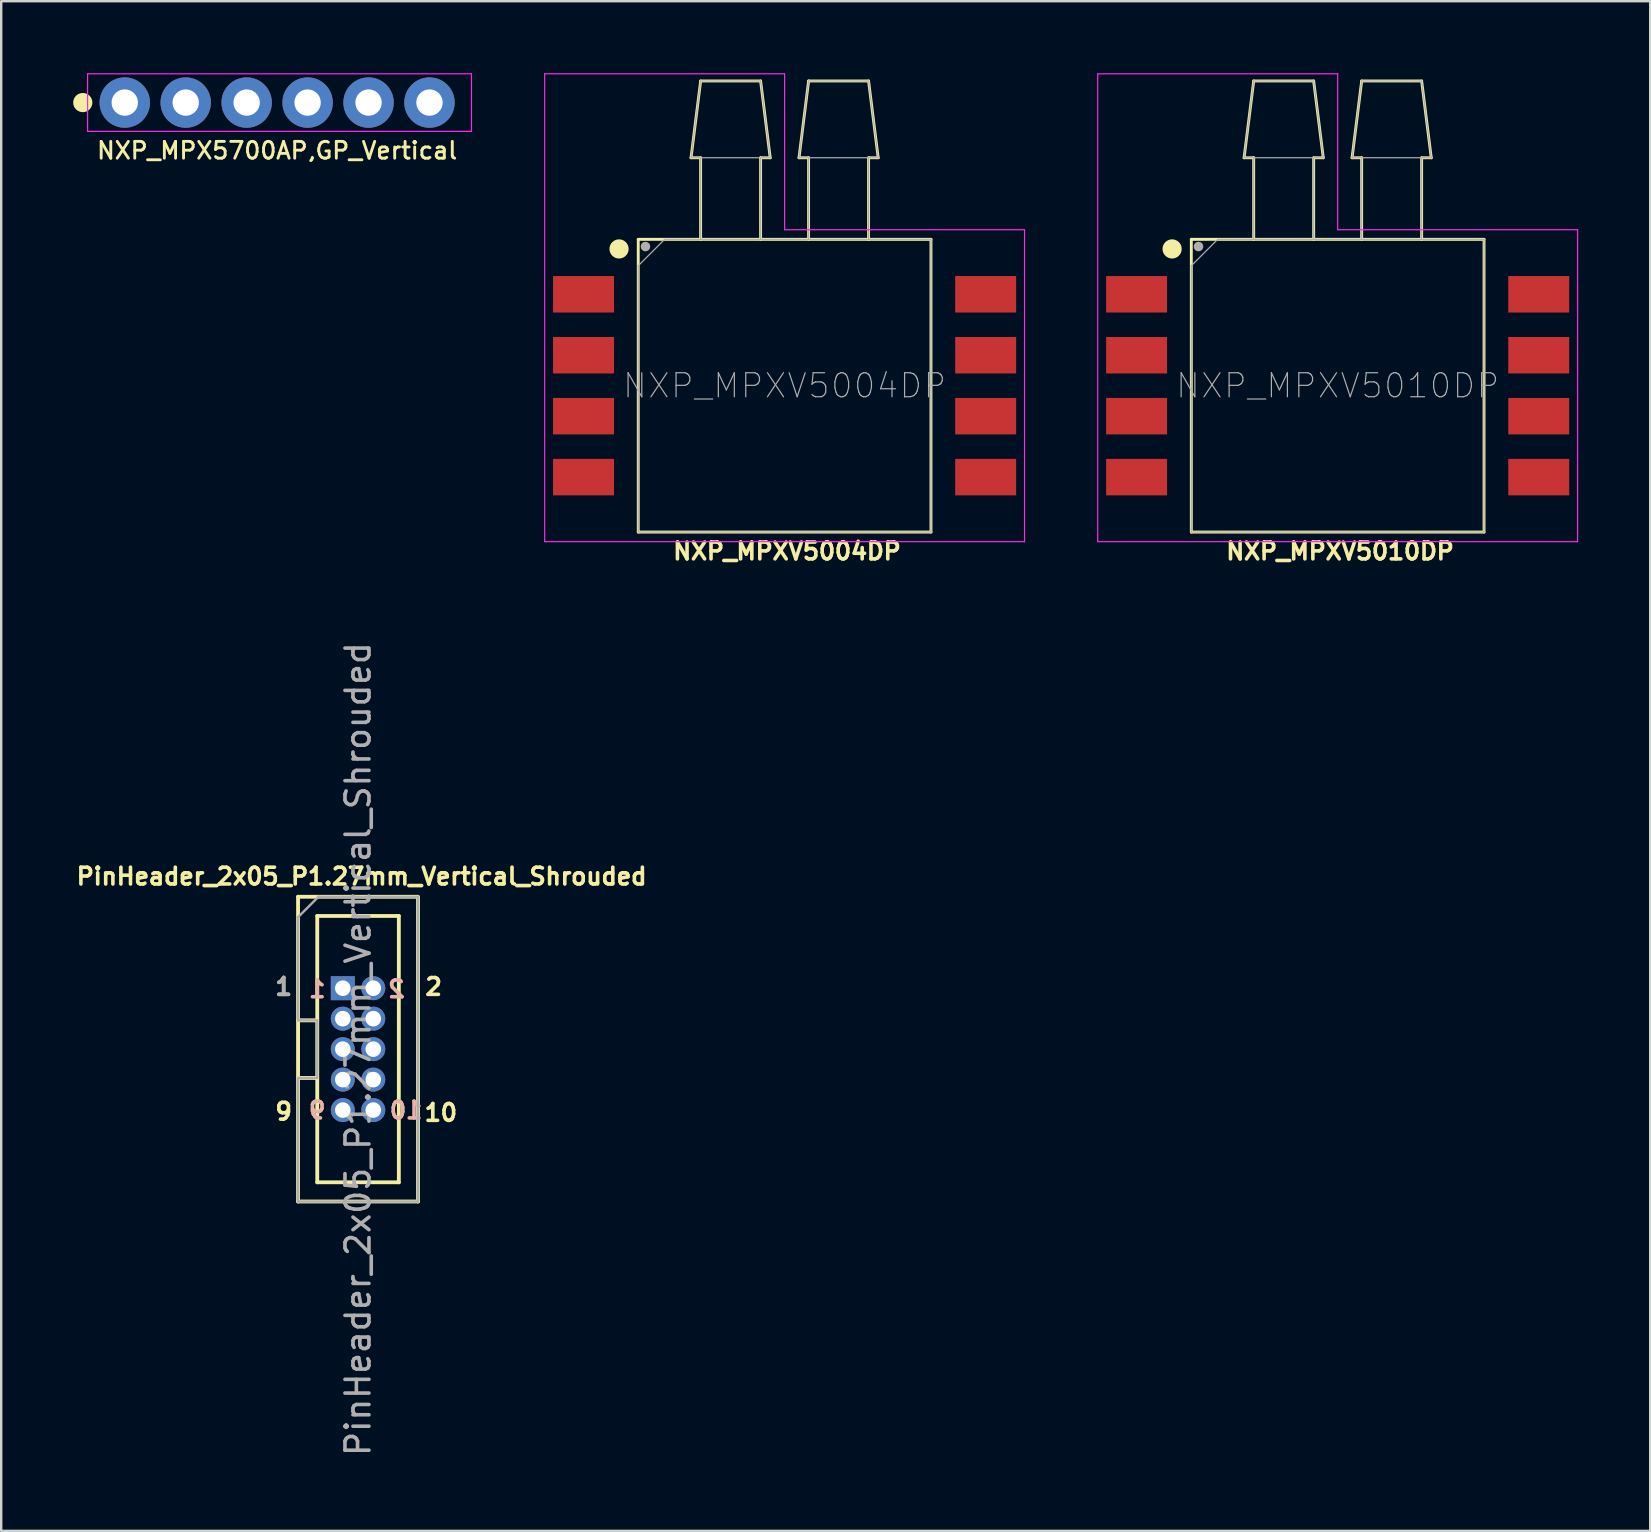
<source format=kicad_pcb>
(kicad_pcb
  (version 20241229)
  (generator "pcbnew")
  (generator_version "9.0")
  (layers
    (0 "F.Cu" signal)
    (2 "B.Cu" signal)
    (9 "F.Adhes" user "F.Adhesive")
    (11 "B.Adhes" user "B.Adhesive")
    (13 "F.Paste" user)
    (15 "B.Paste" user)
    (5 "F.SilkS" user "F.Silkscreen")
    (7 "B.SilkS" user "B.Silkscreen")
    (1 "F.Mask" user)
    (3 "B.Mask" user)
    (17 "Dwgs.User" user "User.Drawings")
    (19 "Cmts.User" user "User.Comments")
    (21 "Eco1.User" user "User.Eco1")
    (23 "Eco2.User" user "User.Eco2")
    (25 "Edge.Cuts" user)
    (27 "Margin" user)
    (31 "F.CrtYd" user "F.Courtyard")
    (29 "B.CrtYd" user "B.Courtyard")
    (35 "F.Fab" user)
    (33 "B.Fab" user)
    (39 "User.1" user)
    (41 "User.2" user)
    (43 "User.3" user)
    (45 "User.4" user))
  (footprint "PinHeader_2x05_P1.27mm_Vertical_Shrouded"
    (layer "F.Cu")
    (at 11.872 40.675)
    (property "Reference" "PinHeader_2x05_P1.27mm_Vertical_Shrouded" (at 0.15 -7.2 0) (layer "F.SilkS") (effects (font (size 0.7 0.7) (thickness 0.15))))
    (attr through_hole)
    (fp_line (start -2.5 -6.35) (end 2.5 -6.35) (stroke (width 0.16) (type solid)) (layer "F.SilkS"))
    (fp_line (start -2.5 -1.2) (end -1.7 -1.2) (stroke (width 0.16) (type solid)) (layer "F.SilkS"))
    (fp_line (start -2.5 1.2) (end -1.7 1.2) (stroke (width 0.16) (type solid)) (layer "F.SilkS"))
    (fp_line (start -2.5 6.35) (end -2.5 -6.35) (stroke (width 0.16) (type solid)) (layer "F.SilkS"))
    (fp_line (start -1.7 -5.55) (end 1.7 -5.55) (stroke (width 0.16) (type solid)) (layer "F.SilkS"))
    (fp_line (start -1.7 5.55) (end -1.7 -5.55) (stroke (width 0.16) (type solid)) (layer "F.SilkS"))
    (fp_line (start 1.7 -5.55) (end 1.7 5.55) (stroke (width 0.16) (type solid)) (layer "F.SilkS"))
    (fp_line (start 1.7 5.55) (end -1.7 5.55) (stroke (width 0.16) (type solid)) (layer "F.SilkS"))
    (fp_line (start 2.5 -6.3) (end 2.5 6.35) (stroke (width 0.16) (type solid)) (layer "F.SilkS"))
    (fp_line (start 2.5 6.35) (end -2.5 6.35) (stroke (width 0.16) (type solid)) (layer "F.SilkS"))
    (fp_line (start -2.5 -5.5) (end -1.647 -6.353) (stroke (width 0.1) (type solid)) (layer "F.Fab"))
    (fp_line (start -2.5 -1.2) (end -2.5 -5.5) (stroke (width 0.1) (type solid)) (layer "F.Fab"))
    (fp_line (start -2.5 1.2) (end -1.7 1.2) (stroke (width 0.1) (type solid)) (layer "F.Fab"))
    (fp_line (start -2.5 6.35) (end -2.5 1.2) (stroke (width 0.1) (type solid)) (layer "F.Fab"))
    (fp_line (start -1.7 -1.2) (end -2.5 -1.2) (stroke (width 0.1) (type solid)) (layer "F.Fab"))
    (fp_line (start -1.7 1.2) (end -1.7 -1.2) (stroke (width 0.1) (type solid)) (layer "F.Fab"))
    (fp_line (start -1.65 -6.35) (end 2.5 -6.35) (stroke (width 0.1) (type solid)) (layer "F.Fab"))
    (fp_line (start 2.5 -6.35) (end 2.5 6.35) (stroke (width 0.1) (type solid)) (layer "F.Fab"))
    (fp_line (start 2.5 6.35) (end -2.5 6.35) (stroke (width 0.1) (type solid)) (layer "F.Fab"))
    (fp_text user "9" (at -3.1 2.6 0) (layer "F.SilkS") (effects (font (size 0.7 0.7) (thickness 0.15))))
    (fp_text user "10" (at 3.45 2.65 0) (layer "F.SilkS") (effects (font (size 0.7 0.7) (thickness 0.15))))
    (fp_text user "2" (at 3.15 -2.6 0) (layer "F.SilkS") (effects (font (size 0.7 0.7) (thickness 0.15))))
    (fp_text user "1" (at -3.1 -2.6 0) (layer "F.SilkS") (effects (font (size 0.7 0.7) (thickness 0.15))))
    (fp_text user "1" (at -1.7 -2.5 0) (layer "B.SilkS") (effects (font (size 0.7 0.7) (thickness 0.15)) (justify mirror)))
    (fp_text user "2" (at 1.6 -2.5 0) (layer "B.SilkS") (effects (font (size 0.7 0.7) (thickness 0.15)) (justify mirror)))
    (fp_text user "10" (at 2 2.55 0) (layer "B.SilkS") (effects (font (size 0.7 0.7) (thickness 0.15)) (justify mirror)))
    (fp_text user "9" (at -1.7 2.55 0) (layer "B.SilkS") (effects (font (size 0.7 0.7) (thickness 0.15)) (justify mirror)))
    (fp_text user "${REFERENCE}" (at 0 0 90) (layer "F.Fab") (effects (font (size 1 1) (thickness 0.15))))
    (fp_text user "1" (at -3.1 -2.6 0) (layer "F.Fab") (effects (font (size 0.7 0.7) (thickness 0.15))))
    (pad "1" thru_hole rect (at -0.635 -2.54) (size 1 1) (drill 0.65) (layers "*.Cu" "*.Mask"))
    (pad "2" thru_hole oval (at 0.635 -2.54) (size 1 1) (drill 0.65) (layers "*.Cu" "*.Mask"))
    (pad "3" thru_hole oval (at -0.635 -1.27) (size 1 1) (drill 0.65) (layers "*.Cu" "*.Mask"))
    (pad "4" thru_hole oval (at 0.635 -1.27) (size 1 1) (drill 0.65) (layers "*.Cu" "*.Mask"))
    (pad "5" thru_hole oval (at -0.635 0) (size 1 1) (drill 0.65) (layers "*.Cu" "*.Mask"))
    (pad "6" thru_hole oval (at 0.635 0) (size 1 1) (drill 0.65) (layers "*.Cu" "*.Mask"))
    (pad "7" thru_hole oval (at -0.635 1.27) (size 1 1) (drill 0.65) (layers "*.Cu" "*.Mask"))
    (pad "8" thru_hole oval (at 0.635 1.27) (size 1 1) (drill 0.65) (layers "*.Cu" "*.Mask"))
    (pad "9" thru_hole oval (at -0.635 2.54) (size 1 1) (drill 0.65) (layers "*.Cu" "*.Mask"))
    (pad "10" thru_hole oval (at 0.635 2.54) (size 1 1) (drill 0.65) (layers "*.Cu" "*.Mask")))
  (footprint "NXP_MPX5700AP,GP_Vertical"
    (layer "F.Cu")
    (at 8.5 1.225)
    (property "Reference" "NXP_MPX5700AP,GP_Vertical" (at 0 2 0) (layer "F.SilkS") (effects (font (size 0.7 0.7) (thickness 0.12))))
    (attr through_hole)
    (fp_circle (center -8.1 0) (end -7.9 0) (stroke (width 0.4) (type solid)) (fill no) (layer "F.SilkS"))
    (fp_line (start -7.9 -1.2) (end 8.1 -1.2) (stroke (width 0.05) (type solid)) (layer "F.CrtYd"))
    (fp_line (start -7.9 1.2) (end -7.9 -1.2) (stroke (width 0.05) (type solid)) (layer "F.CrtYd"))
    (fp_line (start -7.9 1.2) (end 7.6 1.2) (stroke (width 0.05) (type solid)) (layer "F.CrtYd"))
    (fp_line (start 7.6 1.2) (end 8.1 1.2) (stroke (width 0.05) (type solid)) (layer "F.CrtYd"))
    (fp_line (start 8.1 1.2) (end 8.1 -1.2) (stroke (width 0.05) (type solid)) (layer "F.CrtYd"))
    (pad "1" thru_hole circle (at -6.35 0) (size 2.1 2.1) (drill 1.1) (layers "*.Cu" "*.Mask"))
    (pad "2" thru_hole circle (at -3.81 0) (size 2.1 2.1) (drill 1.1) (layers "*.Cu" "*.Mask"))
    (pad "3" thru_hole circle (at -1.27 0) (size 2.1 2.1) (drill 1.1) (layers "*.Cu" "*.Mask"))
    (pad "4" thru_hole circle (at 1.27 0) (size 2.1 2.1) (drill 1.1) (layers "*.Cu" "*.Mask"))
    (pad "5" thru_hole circle (at 3.81 0) (size 2.1 2.1) (drill 1.1) (layers "*.Cu" "*.Mask"))
    (pad "6" thru_hole circle (at 6.35 0) (size 2.1 2.1) (drill 1.1) (layers "*.Cu" "*.Mask")))
  (footprint "NXP_MPXV5004DP"
    (layer "F.Cu")
    (at 29.65 13.025)
    (property "Reference" "NXP_MPXV5004DP" (at 0.1 6.9 0) (layer "F.SilkS") (effects (font (size 0.7 0.7) (thickness 0.15))))
    (attr smd)
    (fp_line (start -6.1 -6.1) (end -6.1 6.1) (stroke (width 0.12) (type solid)) (layer "F.SilkS"))
    (fp_line (start -6.1 6.1) (end 6.1 6.1) (stroke (width 0.12) (type solid)) (layer "F.SilkS"))
    (fp_line (start -3.9 -9.5) (end -3.5 -12.7) (stroke (width 0.12) (type solid)) (layer "F.SilkS"))
    (fp_line (start -3.5 -12.7) (end -1 -12.7) (stroke (width 0.12) (type solid)) (layer "F.SilkS"))
    (fp_line (start -3.5 -9.5) (end -3.9 -9.5) (stroke (width 0.12) (type solid)) (layer "F.SilkS"))
    (fp_line (start -3.5 -6.1) (end -3.5 -9.5) (stroke (width 0.12) (type solid)) (layer "F.SilkS"))
    (fp_line (start -1 -12.7) (end -0.6 -9.5) (stroke (width 0.12) (type solid)) (layer "F.SilkS"))
    (fp_line (start -1 -9.5) (end -1 -6.1) (stroke (width 0.12) (type solid)) (layer "F.SilkS"))
    (fp_line (start -0.6 -9.5) (end -1 -9.5) (stroke (width 0.12) (type solid)) (layer "F.SilkS"))
    (fp_line (start 0.6 -9.5) (end 1 -12.7) (stroke (width 0.12) (type solid)) (layer "F.SilkS"))
    (fp_line (start 1 -12.7) (end 3.5 -12.7) (stroke (width 0.12) (type solid)) (layer "F.SilkS"))
    (fp_line (start 1 -9.5) (end 0.6 -9.5) (stroke (width 0.12) (type solid)) (layer "F.SilkS"))
    (fp_line (start 1 -6.1) (end 1 -9.5) (stroke (width 0.12) (type solid)) (layer "F.SilkS"))
    (fp_line (start 3.5 -12.7) (end 3.9 -9.5) (stroke (width 0.12) (type solid)) (layer "F.SilkS"))
    (fp_line (start 3.5 -9.5) (end 3.5 -6.1) (stroke (width 0.12) (type solid)) (layer "F.SilkS"))
    (fp_line (start 3.9 -9.5) (end 3.5 -9.5) (stroke (width 0.12) (type solid)) (layer "F.SilkS"))
    (fp_line (start 6.1 -6.1) (end -6.1 -6.1) (stroke (width 0.12) (type solid)) (layer "F.SilkS"))
    (fp_line (start 6.1 6.1) (end 6.1 -6.1) (stroke (width 0.12) (type solid)) (layer "F.SilkS"))
    (fp_circle (center -6.9 -5.7) (end -6.7 -5.7) (stroke (width 0.4) (type solid)) (fill no) (layer "F.SilkS"))
    (fp_line (start -10 -13) (end 0 -13) (stroke (width 0.05) (type solid)) (layer "F.CrtYd"))
    (fp_line (start -10 6.5) (end -10 -13) (stroke (width 0.05) (type solid)) (layer "F.CrtYd"))
    (fp_line (start 0 -13) (end 0 -6.5) (stroke (width 0.05) (type solid)) (layer "F.CrtYd"))
    (fp_line (start 0 -6.5) (end 10 -6.5) (stroke (width 0.05) (type solid)) (layer "F.CrtYd"))
    (fp_line (start 10 -6.5) (end 10 6.5) (stroke (width 0.05) (type solid)) (layer "F.CrtYd"))
    (fp_line (start 10 6.5) (end -10 6.5) (stroke (width 0.05) (type solid)) (layer "F.CrtYd"))
    (fp_line (start -6.1 -5) (end -6.1 6.1) (stroke (width 0.05) (type solid)) (layer "F.Fab"))
    (fp_line (start -6.1 -5) (end -5 -6.1) (stroke (width 0.05) (type solid)) (layer "F.Fab"))
    (fp_line (start -6.1 6.1) (end 6.1 6.1) (stroke (width 0.05) (type solid)) (layer "F.Fab"))
    (fp_line (start -3.9 -9.5) (end -0.6 -9.5) (stroke (width 0.05) (type solid)) (layer "F.Fab"))
    (fp_line (start -3.5 -12.7) (end -3.9 -9.5) (stroke (width 0.05) (type solid)) (layer "F.Fab"))
    (fp_line (start -3.5 -6.1) (end -3.5 -9.5) (stroke (width 0.05) (type solid)) (layer "F.Fab"))
    (fp_line (start -1 -12.7) (end -3.5 -12.7) (stroke (width 0.05) (type solid)) (layer "F.Fab"))
    (fp_line (start -1 -6.1) (end -1 -9.5) (stroke (width 0.05) (type solid)) (layer "F.Fab"))
    (fp_line (start -0.6 -9.5) (end -1 -12.7) (stroke (width 0.05) (type solid)) (layer "F.Fab"))
    (fp_line (start 0.6 -9.5) (end 3.9 -9.5) (stroke (width 0.05) (type solid)) (layer "F.Fab"))
    (fp_line (start 1 -12.7) (end 0.6 -9.5) (stroke (width 0.05) (type solid)) (layer "F.Fab"))
    (fp_line (start 1 -12.7) (end 3.5 -12.7) (stroke (width 0.05) (type solid)) (layer "F.Fab"))
    (fp_line (start 1 -6.1) (end 1 -9.5) (stroke (width 0.05) (type solid)) (layer "F.Fab"))
    (fp_line (start 3.5 -6.1) (end 3.5 -9.5) (stroke (width 0.05) (type solid)) (layer "F.Fab"))
    (fp_line (start 3.9 -9.5) (end 3.5 -12.7) (stroke (width 0.05) (type solid)) (layer "F.Fab"))
    (fp_line (start 6.1 -6.1) (end -5 -6.1) (stroke (width 0.05) (type solid)) (layer "F.Fab"))
    (fp_line (start 6.1 6.1) (end 6.1 -6.1) (stroke (width 0.05) (type solid)) (layer "F.Fab"))
    (fp_circle (center -5.8 -5.8) (end -5.7 -5.8) (stroke (width 0.2) (type solid)) (fill no) (layer "F.Fab"))
    (fp_text user "${REFERENCE}" (at 0 0 0) (layer "F.Fab") (effects (font (size 1 1) (thickness 0.05))))
    (pad "1" smd rect (at -8.38 -3.81) (size 2.54 1.52) (layers "F.Cu" "F.Mask" "F.Paste"))
    (pad "2" smd rect (at -8.38 -1.27) (size 2.54 1.52) (layers "F.Cu" "F.Mask" "F.Paste"))
    (pad "3" smd rect (at -8.38 1.27) (size 2.54 1.52) (layers "F.Cu" "F.Mask" "F.Paste"))
    (pad "4" smd rect (at -8.38 3.81) (size 2.54 1.52) (layers "F.Cu" "F.Mask" "F.Paste"))
    (pad "5" smd rect (at 8.38 3.81) (size 2.54 1.52) (layers "F.Cu" "F.Mask" "F.Paste"))
    (pad "6" smd rect (at 8.38 1.27) (size 2.54 1.52) (layers "F.Cu" "F.Mask" "F.Paste"))
    (pad "7" smd rect (at 8.38 -1.27) (size 2.54 1.52) (layers "F.Cu" "F.Mask" "F.Paste"))
    (pad "8" smd rect (at 8.38 -3.81) (size 2.54 1.52) (layers "F.Cu" "F.Mask" "F.Paste")))
  (footprint "NXP_MPXV5010DP"
    (layer "F.Cu")
    (at 52.7 13.025)
    (property "Reference" "NXP_MPXV5010DP" (at 0.1 6.9 0) (layer "F.SilkS") (effects (font (size 0.7 0.7) (thickness 0.15))))
    (attr smd)
    (fp_line (start -6.1 -6.1) (end -6.1 6.1) (stroke (width 0.12) (type solid)) (layer "F.SilkS"))
    (fp_line (start -6.1 6.1) (end 6.1 6.1) (stroke (width 0.12) (type solid)) (layer "F.SilkS"))
    (fp_line (start -3.9 -9.5) (end -3.5 -12.7) (stroke (width 0.12) (type solid)) (layer "F.SilkS"))
    (fp_line (start -3.5 -12.7) (end -1 -12.7) (stroke (width 0.12) (type solid)) (layer "F.SilkS"))
    (fp_line (start -3.5 -9.5) (end -3.9 -9.5) (stroke (width 0.12) (type solid)) (layer "F.SilkS"))
    (fp_line (start -3.5 -6.1) (end -3.5 -9.5) (stroke (width 0.12) (type solid)) (layer "F.SilkS"))
    (fp_line (start -1 -12.7) (end -0.6 -9.5) (stroke (width 0.12) (type solid)) (layer "F.SilkS"))
    (fp_line (start -1 -9.5) (end -1 -6.1) (stroke (width 0.12) (type solid)) (layer "F.SilkS"))
    (fp_line (start -0.6 -9.5) (end -1 -9.5) (stroke (width 0.12) (type solid)) (layer "F.SilkS"))
    (fp_line (start 0.6 -9.5) (end 1 -12.7) (stroke (width 0.12) (type solid)) (layer "F.SilkS"))
    (fp_line (start 1 -12.7) (end 3.5 -12.7) (stroke (width 0.12) (type solid)) (layer "F.SilkS"))
    (fp_line (start 1 -9.5) (end 0.6 -9.5) (stroke (width 0.12) (type solid)) (layer "F.SilkS"))
    (fp_line (start 1 -6.1) (end 1 -9.5) (stroke (width 0.12) (type solid)) (layer "F.SilkS"))
    (fp_line (start 3.5 -12.7) (end 3.9 -9.5) (stroke (width 0.12) (type solid)) (layer "F.SilkS"))
    (fp_line (start 3.5 -9.5) (end 3.5 -6.1) (stroke (width 0.12) (type solid)) (layer "F.SilkS"))
    (fp_line (start 3.9 -9.5) (end 3.5 -9.5) (stroke (width 0.12) (type solid)) (layer "F.SilkS"))
    (fp_line (start 6.1 -6.1) (end -6.1 -6.1) (stroke (width 0.12) (type solid)) (layer "F.SilkS"))
    (fp_line (start 6.1 6.1) (end 6.1 -6.1) (stroke (width 0.12) (type solid)) (layer "F.SilkS"))
    (fp_circle (center -6.9 -5.7) (end -6.7 -5.7) (stroke (width 0.4) (type solid)) (fill no) (layer "F.SilkS"))
    (fp_line (start -10 -13) (end 0 -13) (stroke (width 0.05) (type solid)) (layer "F.CrtYd"))
    (fp_line (start -10 6.5) (end -10 -13) (stroke (width 0.05) (type solid)) (layer "F.CrtYd"))
    (fp_line (start 0 -13) (end 0 -6.5) (stroke (width 0.05) (type solid)) (layer "F.CrtYd"))
    (fp_line (start 0 -6.5) (end 10 -6.5) (stroke (width 0.05) (type solid)) (layer "F.CrtYd"))
    (fp_line (start 10 -6.5) (end 10 6.5) (stroke (width 0.05) (type solid)) (layer "F.CrtYd"))
    (fp_line (start 10 6.5) (end -10 6.5) (stroke (width 0.05) (type solid)) (layer "F.CrtYd"))
    (fp_line (start -6.1 -5) (end -6.1 6.1) (stroke (width 0.05) (type solid)) (layer "F.Fab"))
    (fp_line (start -6.1 -5) (end -5 -6.1) (stroke (width 0.05) (type solid)) (layer "F.Fab"))
    (fp_line (start -6.1 6.1) (end 6.1 6.1) (stroke (width 0.05) (type solid)) (layer "F.Fab"))
    (fp_line (start -3.9 -9.5) (end -0.6 -9.5) (stroke (width 0.05) (type solid)) (layer "F.Fab"))
    (fp_line (start -3.5 -12.7) (end -3.9 -9.5) (stroke (width 0.05) (type solid)) (layer "F.Fab"))
    (fp_line (start -3.5 -6.1) (end -3.5 -9.5) (stroke (width 0.05) (type solid)) (layer "F.Fab"))
    (fp_line (start -1 -12.7) (end -3.5 -12.7) (stroke (width 0.05) (type solid)) (layer "F.Fab"))
    (fp_line (start -1 -6.1) (end -1 -9.5) (stroke (width 0.05) (type solid)) (layer "F.Fab"))
    (fp_line (start -0.6 -9.5) (end -1 -12.7) (stroke (width 0.05) (type solid)) (layer "F.Fab"))
    (fp_line (start 0.6 -9.5) (end 3.9 -9.5) (stroke (width 0.05) (type solid)) (layer "F.Fab"))
    (fp_line (start 1 -12.7) (end 0.6 -9.5) (stroke (width 0.05) (type solid)) (layer "F.Fab"))
    (fp_line (start 1 -12.7) (end 3.5 -12.7) (stroke (width 0.05) (type solid)) (layer "F.Fab"))
    (fp_line (start 1 -6.1) (end 1 -9.5) (stroke (width 0.05) (type solid)) (layer "F.Fab"))
    (fp_line (start 3.5 -6.1) (end 3.5 -9.5) (stroke (width 0.05) (type solid)) (layer "F.Fab"))
    (fp_line (start 3.9 -9.5) (end 3.5 -12.7) (stroke (width 0.05) (type solid)) (layer "F.Fab"))
    (fp_line (start 6.1 -6.1) (end -5 -6.1) (stroke (width 0.05) (type solid)) (layer "F.Fab"))
    (fp_line (start 6.1 6.1) (end 6.1 -6.1) (stroke (width 0.05) (type solid)) (layer "F.Fab"))
    (fp_circle (center -5.8 -5.8) (end -5.7 -5.8) (stroke (width 0.2) (type solid)) (fill no) (layer "F.Fab"))
    (fp_text user "${REFERENCE}" (at 0 0 0) (layer "F.Fab") (effects (font (size 1 1) (thickness 0.05))))
    (pad "1" smd rect (at -8.38 -3.81) (size 2.54 1.52) (layers "F.Cu" "F.Mask" "F.Paste"))
    (pad "2" smd rect (at -8.38 -1.27) (size 2.54 1.52) (layers "F.Cu" "F.Mask" "F.Paste"))
    (pad "3" smd rect (at -8.38 1.27) (size 2.54 1.52) (layers "F.Cu" "F.Mask" "F.Paste"))
    (pad "4" smd rect (at -8.38 3.81) (size 2.54 1.52) (layers "F.Cu" "F.Mask" "F.Paste"))
    (pad "5" smd rect (at 8.38 3.81) (size 2.54 1.52) (layers "F.Cu" "F.Mask" "F.Paste"))
    (pad "6" smd rect (at 8.38 1.27) (size 2.54 1.52) (layers "F.Cu" "F.Mask" "F.Paste"))
    (pad "7" smd rect (at 8.38 -1.27) (size 2.54 1.52) (layers "F.Cu" "F.Mask" "F.Paste"))
    (pad "8" smd rect (at 8.38 -3.81) (size 2.54 1.52) (layers "F.Cu" "F.Mask" "F.Paste")))
  (gr_rect
    (start -3 -3)
    (end 65.725 60.753)
    (stroke (width 0.1) (type default))
    (fill no)
    (layer "Edge.Cuts")))
</source>
